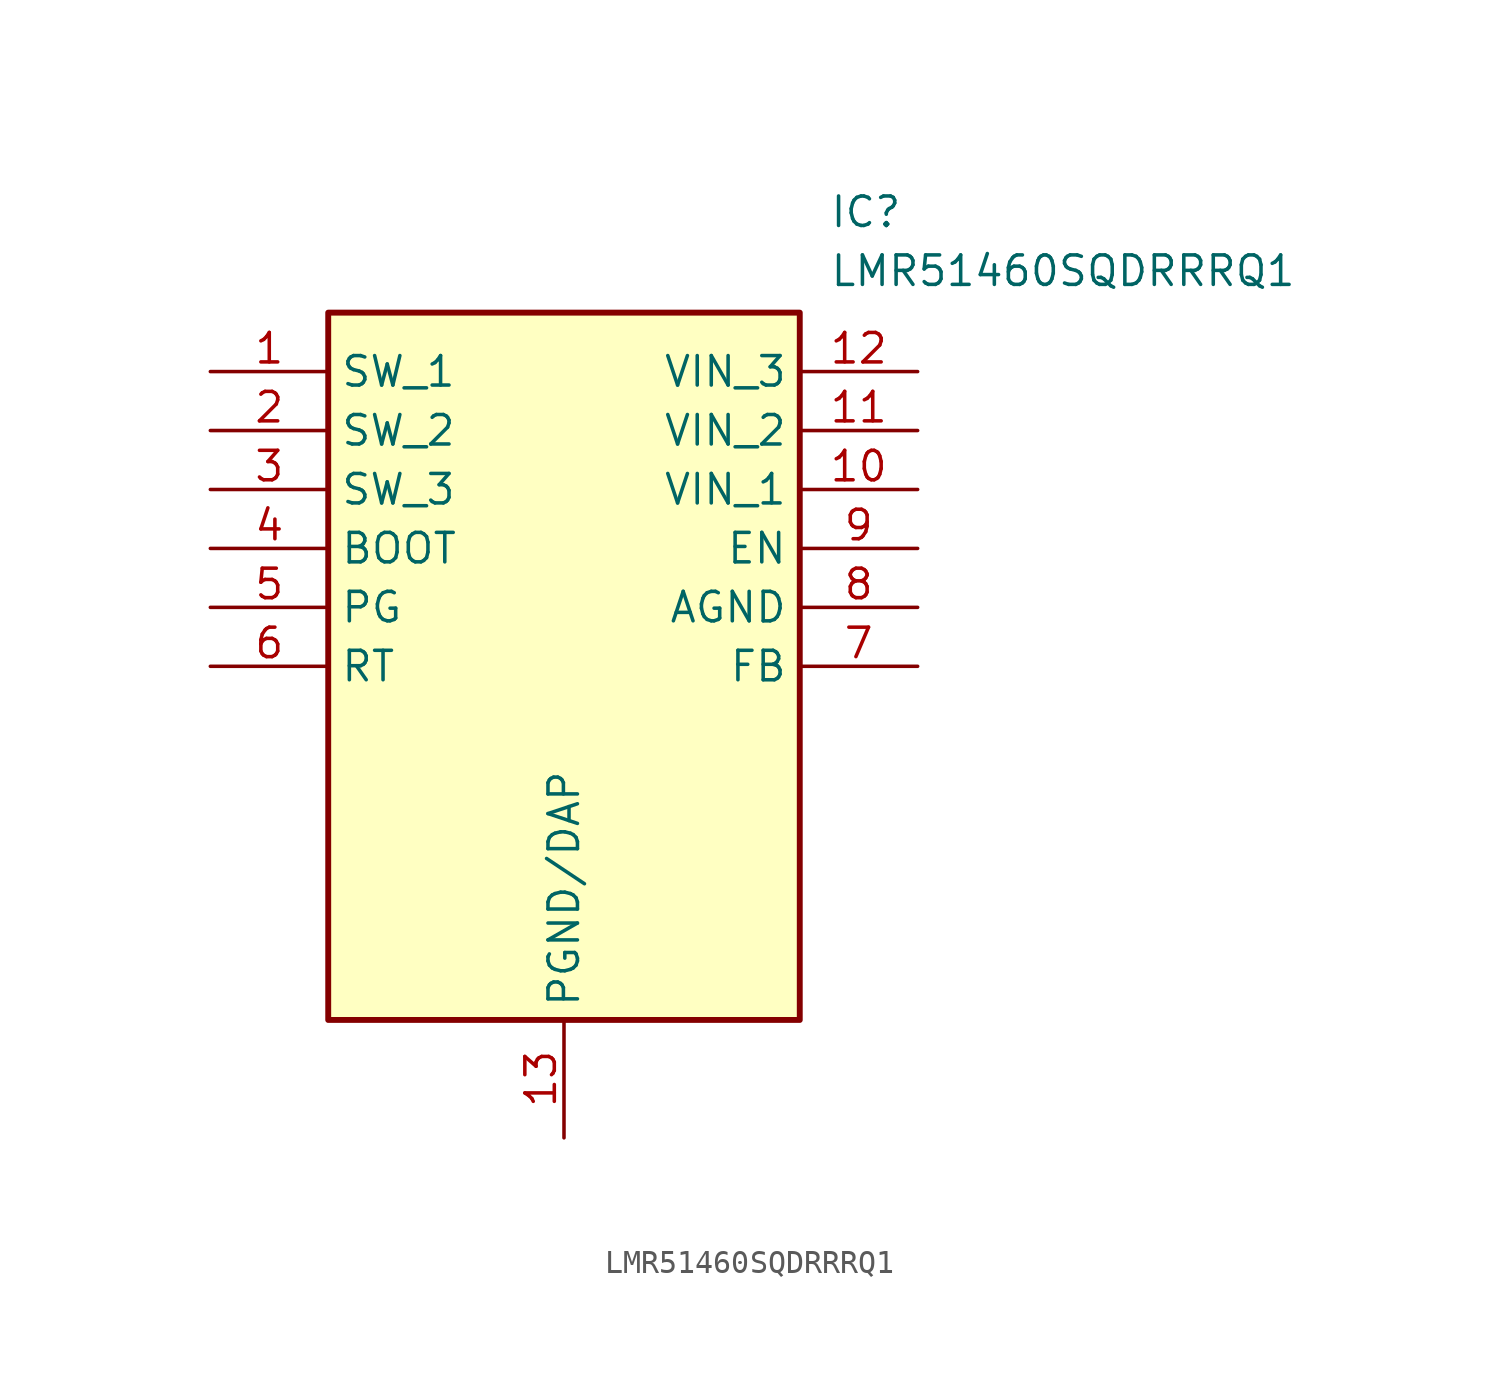
<source format=kicad_sym>
(kicad_symbol_lib
  (version 20211014)
  (generator SamacSys_ECAD_Model)
  (symbol "LMR51460SQDRRRQ1"
    (property "Reference" "IC"
      (at 26.67 7.62 0)
      (effects (font (size 1.27 1.27)) (justify left top)))
    (property "Value" "LMR51460SQDRRRQ1"
      (at 26.67 5.08 0)
      (effects (font (size 1.27 1.27)) (justify left top)))
    (rectangle
      (start 5.08 2.54)
      (end 25.4 -27.94)
      (stroke (width 0.254) (type default))
      (fill (type background)))
    (pin passive line
      (at 0 0 0)
      (length 5.08)
      (name "SW_1" (effects (font (size 1.27 1.27))))
      (number "1" (effects (font (size 1.27 1.27)))))
    (pin passive line
      (at 0 -2.54 0)
      (length 5.08)
      (name "SW_2" (effects (font (size 1.27 1.27))))
      (number "2" (effects (font (size 1.27 1.27)))))
    (pin passive line
      (at 0 -5.08 0)
      (length 5.08)
      (name "SW_3" (effects (font (size 1.27 1.27))))
      (number "3" (effects (font (size 1.27 1.27)))))
    (pin passive line
      (at 0 -7.62 0)
      (length 5.08)
      (name "BOOT" (effects (font (size 1.27 1.27))))
      (number "4" (effects (font (size 1.27 1.27)))))
    (pin passive line
      (at 0 -10.16 0)
      (length 5.08)
      (name "PG" (effects (font (size 1.27 1.27))))
      (number "5" (effects (font (size 1.27 1.27)))))
    (pin passive line
      (at 0 -12.7 0)
      (length 5.08)
      (name "RT" (effects (font (size 1.27 1.27))))
      (number "6" (effects (font (size 1.27 1.27)))))
    (pin passive line
      (at 15.24 -33.02 90)
      (length 5.08)
      (name "PGND/DAP" (effects (font (size 1.27 1.27))))
      (number "13" (effects (font (size 1.27 1.27)))))
    (pin passive line
      (at 30.48 0 180)
      (length 5.08)
      (name "VIN_3" (effects (font (size 1.27 1.27))))
      (number "12" (effects (font (size 1.27 1.27)))))
    (pin passive line
      (at 30.48 -2.54 180)
      (length 5.08)
      (name "VIN_2" (effects (font (size 1.27 1.27))))
      (number "11" (effects (font (size 1.27 1.27)))))
    (pin passive line
      (at 30.48 -5.08 180)
      (length 5.08)
      (name "VIN_1" (effects (font (size 1.27 1.27))))
      (number "10" (effects (font (size 1.27 1.27)))))
    (pin passive line
      (at 30.48 -7.62 180)
      (length 5.08)
      (name "EN" (effects (font (size 1.27 1.27))))
      (number "9" (effects (font (size 1.27 1.27)))))
    (pin passive line
      (at 30.48 -10.16 180)
      (length 5.08)
      (name "AGND" (effects (font (size 1.27 1.27))))
      (number "8" (effects (font (size 1.27 1.27)))))
    (pin passive line
      (at 30.48 -12.7 180)
      (length 5.08)
      (name "FB" (effects (font (size 1.27 1.27))))
      (number "7" (effects (font (size 1.27 1.27)))))))
</source>
